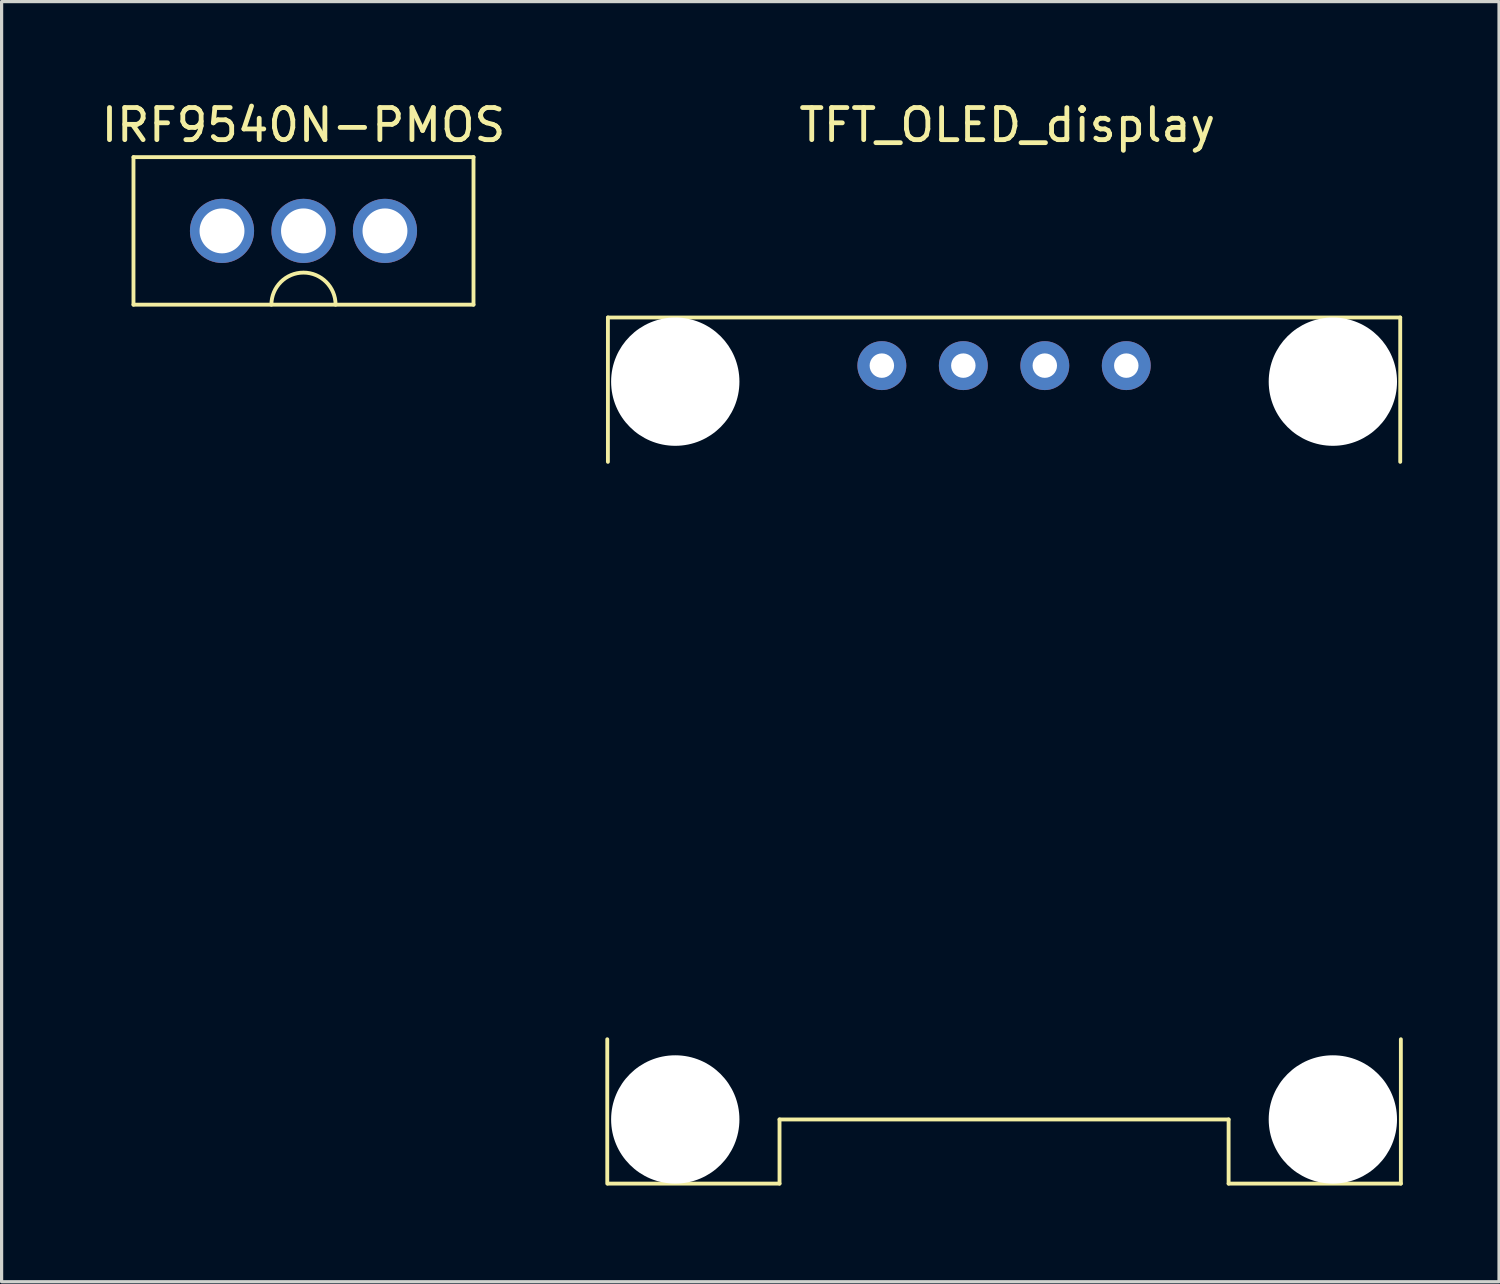
<source format=kicad_pcb>
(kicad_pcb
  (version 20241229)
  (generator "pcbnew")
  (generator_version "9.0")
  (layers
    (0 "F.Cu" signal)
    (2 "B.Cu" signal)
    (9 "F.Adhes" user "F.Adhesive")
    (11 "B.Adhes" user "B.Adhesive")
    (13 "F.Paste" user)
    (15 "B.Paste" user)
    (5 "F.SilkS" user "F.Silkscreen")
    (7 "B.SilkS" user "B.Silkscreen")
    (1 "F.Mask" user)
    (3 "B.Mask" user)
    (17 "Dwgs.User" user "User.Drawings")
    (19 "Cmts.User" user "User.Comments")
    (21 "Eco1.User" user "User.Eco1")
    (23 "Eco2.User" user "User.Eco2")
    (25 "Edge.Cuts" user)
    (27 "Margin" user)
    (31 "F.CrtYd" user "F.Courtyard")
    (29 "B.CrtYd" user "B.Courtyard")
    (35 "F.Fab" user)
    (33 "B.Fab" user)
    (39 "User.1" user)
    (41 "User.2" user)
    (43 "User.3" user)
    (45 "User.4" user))
  (footprint "TFT_OLED_display"
    (layer "F.Cu")
    (at 28.251 20.348)
    (property "Reference" "TFT_OLED_display" (at 0.1 -19.5 0) (layer "F.SilkS") (effects (font (size 1 1) (thickness 0.15))))
    (attr through_hole)
    (fp_line (start -12.37 13.5) (end -12.37 9) (stroke (width 0.12) (type solid)) (layer "F.SilkS"))
    (fp_line (start -12.35 -13.5) (end -12.35 -9) (stroke (width 0.12) (type solid)) (layer "F.SilkS"))
    (fp_line (start -7 11.5) (end 7 11.5) (stroke (width 0.12) (type solid)) (layer "F.SilkS"))
    (fp_line (start -7 13.5) (end -12.35 13.5) (stroke (width 0.12) (type solid)) (layer "F.SilkS"))
    (fp_line (start -7 13.5) (end -7 11.5) (stroke (width 0.12) (type solid)) (layer "F.SilkS"))
    (fp_line (start 7 11.5) (end 7 13.5) (stroke (width 0.12) (type solid)) (layer "F.SilkS"))
    (fp_line (start 7 13.5) (end 12.37 13.5) (stroke (width 0.12) (type solid)) (layer "F.SilkS"))
    (fp_line (start 12.35 -13.5) (end -12.35 -13.5) (stroke (width 0.12) (type solid)) (layer "F.SilkS"))
    (fp_line (start 12.35 -13.5) (end 12.35 -9) (stroke (width 0.12) (type solid)) (layer "F.SilkS"))
    (fp_line (start 12.37 13.5) (end 12.37 9) (stroke (width 0.12) (type solid)) (layer "F.SilkS"))
    (pad "" np_thru_hole circle (at -10.25 -11.5) (size 4 4) (drill 4) (layers "*.Cu" "*.Mask"))
    (pad "" np_thru_hole circle (at -10.25 11.5 180) (size 4 4) (drill 4) (layers "*.Cu" "*.Mask"))
    (pad "" np_thru_hole circle (at 10.25 -11.5) (size 4 4) (drill 4) (layers "*.Cu" "*.Mask"))
    (pad "" np_thru_hole circle (at 10.25 11.5 180) (size 4 4) (drill 4) (layers "*.Cu" "*.Mask"))
    (pad "1" thru_hole circle (at -3.81 -12) (size 1.524 1.524) (drill 0.762) (layers "*.Cu" "*.Mask"))
    (pad "2" thru_hole circle (at -1.27 -12) (size 1.524 1.524) (drill 0.762) (layers "*.Cu" "*.Mask"))
    (pad "3" thru_hole circle (at 1.27 -12) (size 1.524 1.524) (drill 0.762) (layers "*.Cu" "*.Mask"))
    (pad "4" thru_hole circle (at 3.81 -12) (size 1.524 1.524) (drill 0.762) (layers "*.Cu" "*.Mask")))
  (footprint "IRF9540N-PMOS"
    (layer "F.Cu")
    (at 6.411 4.148)
    (property "Reference" "IRF9540N-PMOS" (at 0 -3.3 0) (layer "F.SilkS") (effects (font (size 1 1) (thickness 0.15))))
    (attr through_hole)
    (fp_line (start -5.3 -2.3) (end 5.3 -2.3) (stroke (width 0.12) (type solid)) (layer "F.SilkS"))
    (fp_line (start -5.3 2.3) (end -5.3 -2.3) (stroke (width 0.12) (type solid)) (layer "F.SilkS"))
    (fp_line (start -5.3 2.3) (end 5.3 2.3) (stroke (width 0.12) (type solid)) (layer "F.SilkS"))
    (fp_line (start 5.3 -2.3) (end 5.3 2.3) (stroke (width 0.12) (type solid)) (layer "F.SilkS"))
    (fp_arc (start -1 2.3) (mid 0 1.3) (end 1 2.3) (stroke (width 0.12) (type solid)) (layer "F.SilkS"))
    (pad "1" thru_hole circle (at -2.54 0) (size 2 2) (drill 1.4) (layers "*.Cu" "*.Mask"))
    (pad "2" thru_hole circle (at 0 0) (size 2 2) (drill 1.4) (layers "*.Cu" "*.Mask"))
    (pad "3" thru_hole circle (at 2.54 0) (size 2 2) (drill 1.4) (layers "*.Cu" "*.Mask")))
  (gr_rect
    (start -3 -3)
    (end 43.681 36.908)
    (stroke (width 0.1) (type default))
    (fill no)
    (layer "Edge.Cuts")))
</source>
